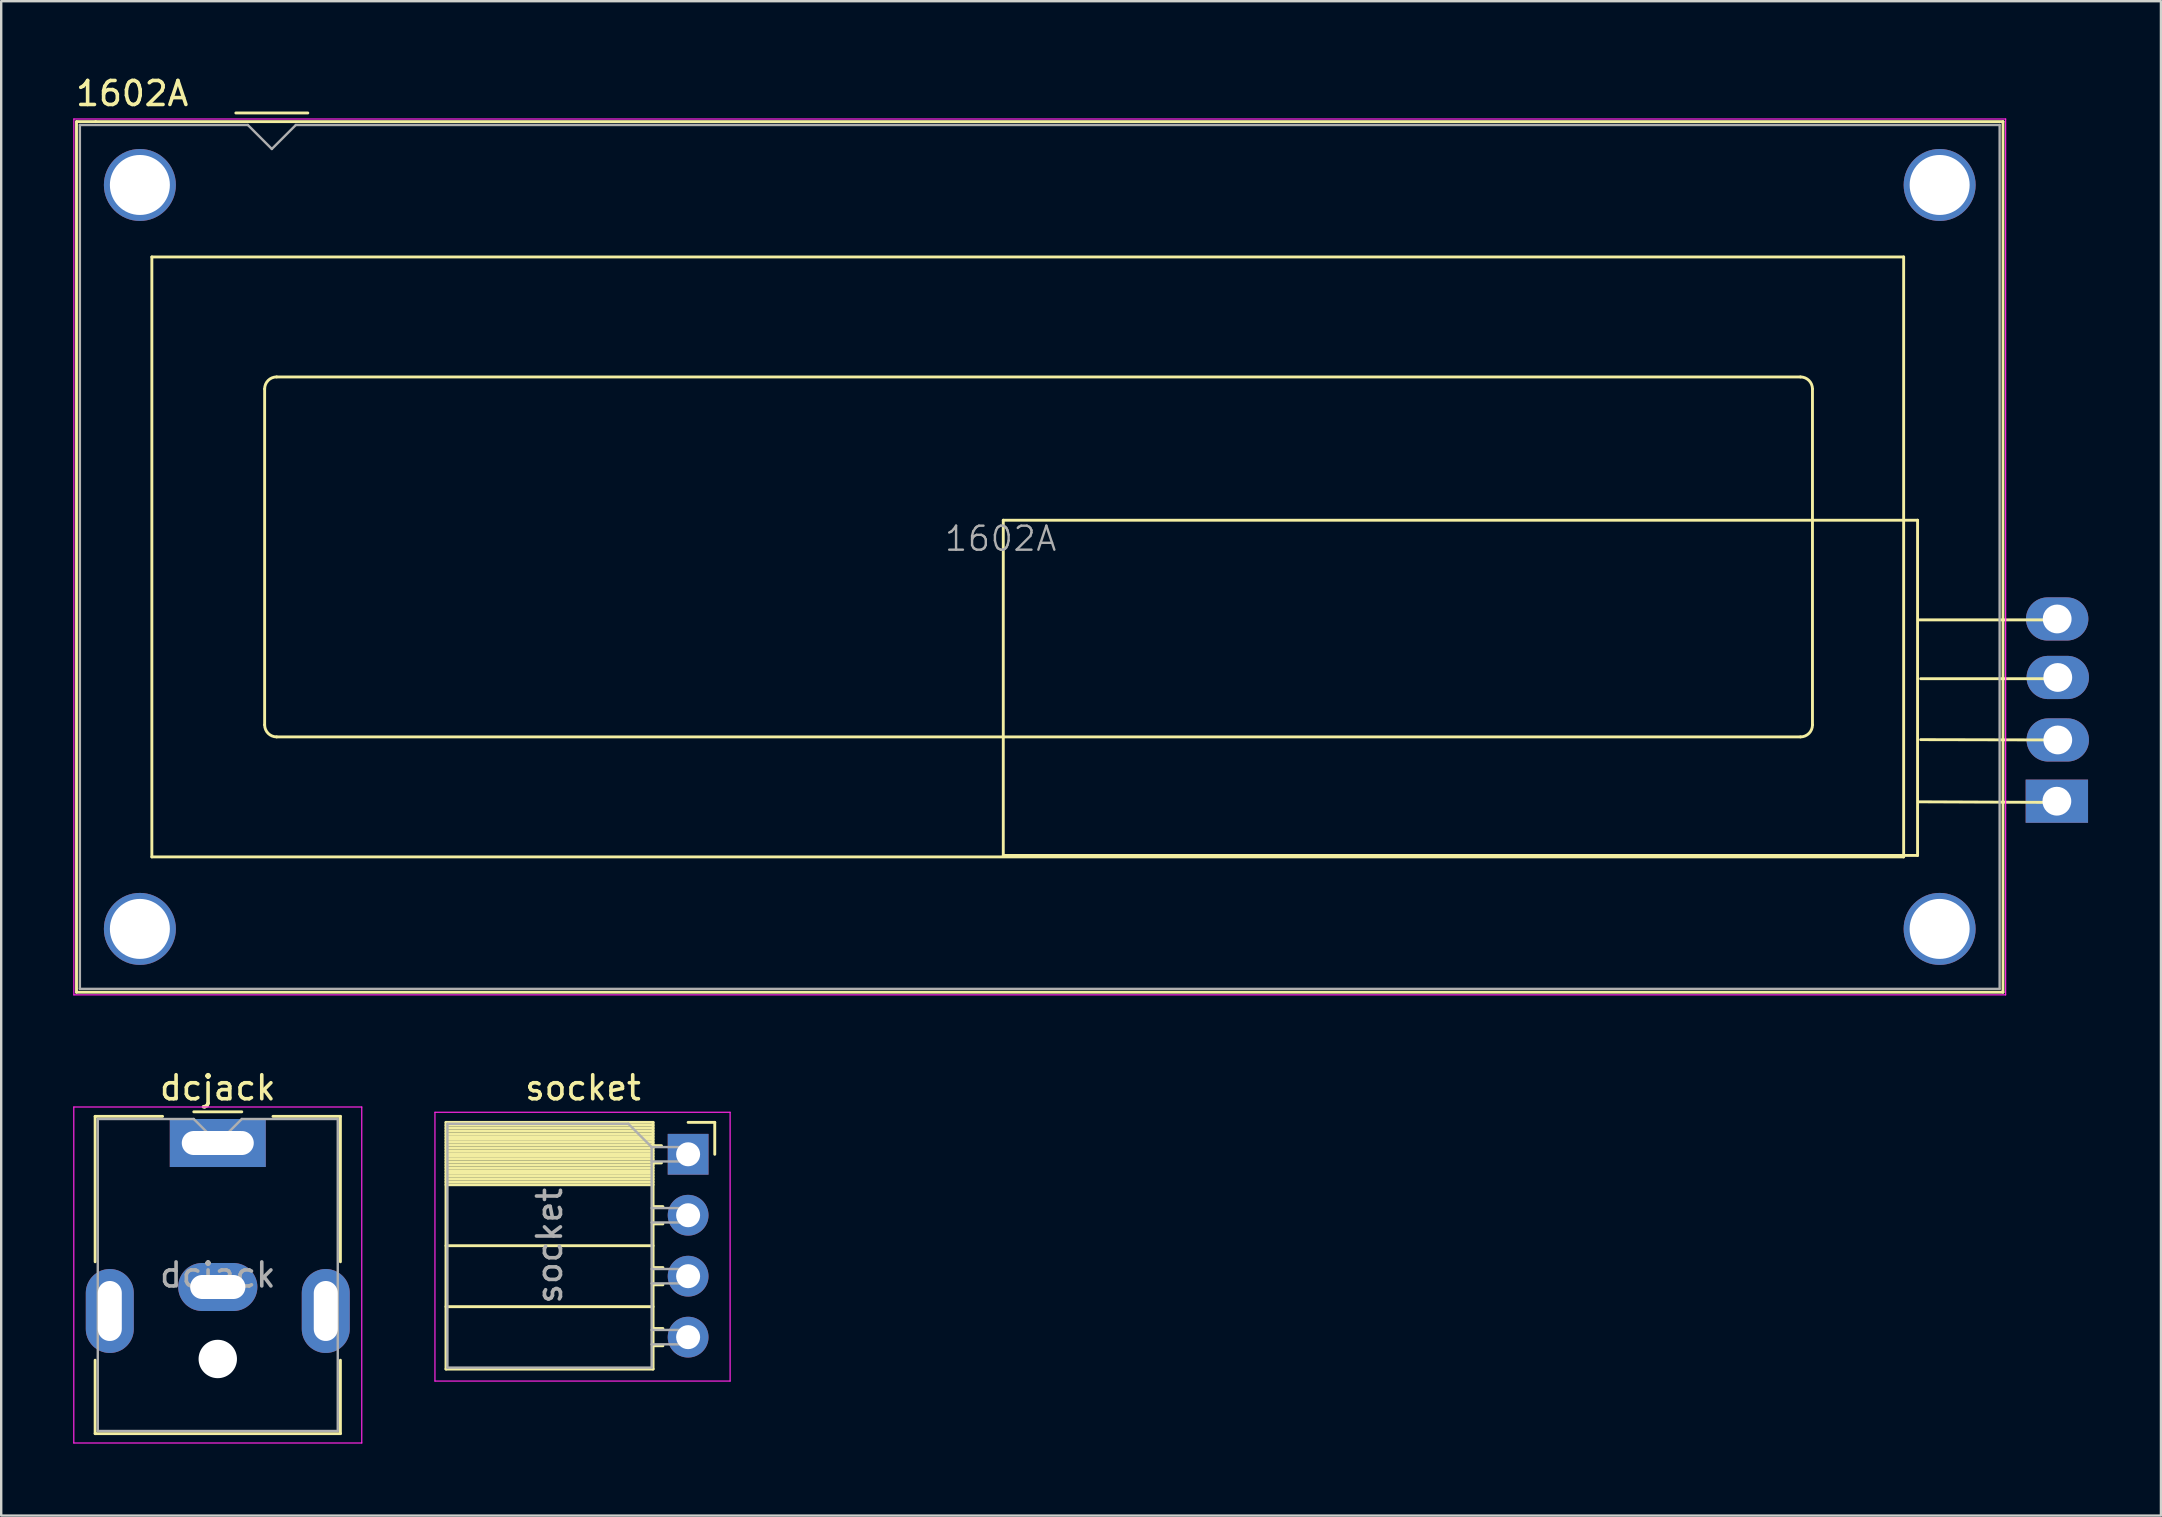
<source format=kicad_pcb>
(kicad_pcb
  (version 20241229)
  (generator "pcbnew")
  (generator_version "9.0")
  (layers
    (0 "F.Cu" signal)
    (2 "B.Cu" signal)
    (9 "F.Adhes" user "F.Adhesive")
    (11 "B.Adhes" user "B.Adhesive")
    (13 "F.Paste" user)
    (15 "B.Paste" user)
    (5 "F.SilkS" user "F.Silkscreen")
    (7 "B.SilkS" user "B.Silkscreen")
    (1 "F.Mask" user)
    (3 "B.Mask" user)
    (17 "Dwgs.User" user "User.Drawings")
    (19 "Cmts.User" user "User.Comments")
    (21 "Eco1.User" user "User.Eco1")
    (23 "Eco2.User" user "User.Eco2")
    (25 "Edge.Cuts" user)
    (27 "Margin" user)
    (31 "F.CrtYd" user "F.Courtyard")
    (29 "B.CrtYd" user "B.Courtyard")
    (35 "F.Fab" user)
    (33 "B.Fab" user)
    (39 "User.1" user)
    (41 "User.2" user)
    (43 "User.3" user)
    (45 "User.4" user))
  (footprint "socket"
    (layer "F.Cu")
    (at 25.625 45.051)
    (property "Reference" "socket" (at -4.38 -2.77 0) (layer "F.SilkS") (effects (font (size 1 1) (thickness 0.15))))
    (attr through_hole)
    (fp_line (start -10.09 -1.33) (end -10.09 8.95) (stroke (width 0.12) (type solid)) (layer "F.SilkS"))
    (fp_line (start -10.09 -1.33) (end -1.46 -1.33) (stroke (width 0.12) (type solid)) (layer "F.SilkS"))
    (fp_line (start -10.09 -1.21) (end -1.46 -1.21) (stroke (width 0.12) (type solid)) (layer "F.SilkS"))
    (fp_line (start -10.09 -1.092) (end -1.46 -1.092) (stroke (width 0.12) (type solid)) (layer "F.SilkS"))
    (fp_line (start -10.09 -0.974) (end -1.46 -0.974) (stroke (width 0.12) (type solid)) (layer "F.SilkS"))
    (fp_line (start -10.09 -0.856) (end -1.46 -0.856) (stroke (width 0.12) (type solid)) (layer "F.SilkS"))
    (fp_line (start -10.09 -0.738) (end -1.46 -0.738) (stroke (width 0.12) (type solid)) (layer "F.SilkS"))
    (fp_line (start -10.09 -0.62) (end -1.46 -0.62) (stroke (width 0.12) (type solid)) (layer "F.SilkS"))
    (fp_line (start -10.09 -0.501) (end -1.46 -0.501) (stroke (width 0.12) (type solid)) (layer "F.SilkS"))
    (fp_line (start -10.09 -0.383) (end -1.46 -0.383) (stroke (width 0.12) (type solid)) (layer "F.SilkS"))
    (fp_line (start -10.09 -0.265) (end -1.46 -0.265) (stroke (width 0.12) (type solid)) (layer "F.SilkS"))
    (fp_line (start -10.09 -0.147) (end -1.46 -0.147) (stroke (width 0.12) (type solid)) (layer "F.SilkS"))
    (fp_line (start -10.09 -0.029) (end -1.46 -0.029) (stroke (width 0.12) (type solid)) (layer "F.SilkS"))
    (fp_line (start -10.09 0.089) (end -1.46 0.089) (stroke (width 0.12) (type solid)) (layer "F.SilkS"))
    (fp_line (start -10.09 0.207) (end -1.46 0.207) (stroke (width 0.12) (type solid)) (layer "F.SilkS"))
    (fp_line (start -10.09 0.325) (end -1.46 0.325) (stroke (width 0.12) (type solid)) (layer "F.SilkS"))
    (fp_line (start -10.09 0.443) (end -1.46 0.443) (stroke (width 0.12) (type solid)) (layer "F.SilkS"))
    (fp_line (start -10.09 0.561) (end -1.46 0.561) (stroke (width 0.12) (type solid)) (layer "F.SilkS"))
    (fp_line (start -10.09 0.68) (end -1.46 0.68) (stroke (width 0.12) (type solid)) (layer "F.SilkS"))
    (fp_line (start -10.09 0.798) (end -1.46 0.798) (stroke (width 0.12) (type solid)) (layer "F.SilkS"))
    (fp_line (start -10.09 0.916) (end -1.46 0.916) (stroke (width 0.12) (type solid)) (layer "F.SilkS"))
    (fp_line (start -10.09 1.034) (end -1.46 1.034) (stroke (width 0.12) (type solid)) (layer "F.SilkS"))
    (fp_line (start -10.09 1.152) (end -1.46 1.152) (stroke (width 0.12) (type solid)) (layer "F.SilkS"))
    (fp_line (start -10.09 1.27) (end -1.46 1.27) (stroke (width 0.12) (type solid)) (layer "F.SilkS"))
    (fp_line (start -10.09 3.81) (end -1.46 3.81) (stroke (width 0.12) (type solid)) (layer "F.SilkS"))
    (fp_line (start -10.09 6.35) (end -1.46 6.35) (stroke (width 0.12) (type solid)) (layer "F.SilkS"))
    (fp_line (start -10.09 8.95) (end -1.46 8.95) (stroke (width 0.12) (type solid)) (layer "F.SilkS"))
    (fp_line (start -1.46 -1.33) (end -1.46 8.95) (stroke (width 0.12) (type solid)) (layer "F.SilkS"))
    (fp_line (start -1.46 -0.36) (end -1.11 -0.36) (stroke (width 0.12) (type solid)) (layer "F.SilkS"))
    (fp_line (start -1.46 0.36) (end -1.11 0.36) (stroke (width 0.12) (type solid)) (layer "F.SilkS"))
    (fp_line (start -1.46 2.18) (end -1.05 2.18) (stroke (width 0.12) (type solid)) (layer "F.SilkS"))
    (fp_line (start -1.46 2.9) (end -1.05 2.9) (stroke (width 0.12) (type solid)) (layer "F.SilkS"))
    (fp_line (start -1.46 4.72) (end -1.05 4.72) (stroke (width 0.12) (type solid)) (layer "F.SilkS"))
    (fp_line (start -1.46 5.44) (end -1.05 5.44) (stroke (width 0.12) (type solid)) (layer "F.SilkS"))
    (fp_line (start -1.46 7.26) (end -1.05 7.26) (stroke (width 0.12) (type solid)) (layer "F.SilkS"))
    (fp_line (start -1.46 7.98) (end -1.05 7.98) (stroke (width 0.12) (type solid)) (layer "F.SilkS"))
    (fp_line (start 0 -1.33) (end 1.11 -1.33) (stroke (width 0.12) (type solid)) (layer "F.SilkS"))
    (fp_line (start 1.11 -1.33) (end 1.11 0) (stroke (width 0.12) (type solid)) (layer "F.SilkS"))
    (fp_line (start -10.55 -1.75) (end -10.55 9.45) (stroke (width 0.05) (type solid)) (layer "F.CrtYd"))
    (fp_line (start -10.55 9.45) (end 1.75 9.45) (stroke (width 0.05) (type solid)) (layer "F.CrtYd"))
    (fp_line (start 1.75 -1.75) (end -10.55 -1.75) (stroke (width 0.05) (type solid)) (layer "F.CrtYd"))
    (fp_line (start 1.75 9.45) (end 1.75 -1.75) (stroke (width 0.05) (type solid)) (layer "F.CrtYd"))
    (fp_line (start -10.03 -1.27) (end -2.49 -1.27) (stroke (width 0.1) (type solid)) (layer "F.Fab"))
    (fp_line (start -10.03 8.89) (end -10.03 -1.27) (stroke (width 0.1) (type solid)) (layer "F.Fab"))
    (fp_line (start -2.49 -1.27) (end -1.52 -0.3) (stroke (width 0.1) (type solid)) (layer "F.Fab"))
    (fp_line (start -1.52 -0.3) (end -1.52 8.89) (stroke (width 0.1) (type solid)) (layer "F.Fab"))
    (fp_line (start -1.52 0.3) (end 0 0.3) (stroke (width 0.1) (type solid)) (layer "F.Fab"))
    (fp_line (start -1.52 2.84) (end 0 2.84) (stroke (width 0.1) (type solid)) (layer "F.Fab"))
    (fp_line (start -1.52 5.38) (end 0 5.38) (stroke (width 0.1) (type solid)) (layer "F.Fab"))
    (fp_line (start -1.52 7.92) (end 0 7.92) (stroke (width 0.1) (type solid)) (layer "F.Fab"))
    (fp_line (start -1.52 8.89) (end -10.03 8.89) (stroke (width 0.1) (type solid)) (layer "F.Fab"))
    (fp_line (start 0 -0.3) (end -1.52 -0.3) (stroke (width 0.1) (type solid)) (layer "F.Fab"))
    (fp_line (start 0 0.3) (end 0 -0.3) (stroke (width 0.1) (type solid)) (layer "F.Fab"))
    (fp_line (start 0 2.24) (end -1.52 2.24) (stroke (width 0.1) (type solid)) (layer "F.Fab"))
    (fp_line (start 0 2.84) (end 0 2.24) (stroke (width 0.1) (type solid)) (layer "F.Fab"))
    (fp_line (start 0 4.78) (end -1.52 4.78) (stroke (width 0.1) (type solid)) (layer "F.Fab"))
    (fp_line (start 0 5.38) (end 0 4.78) (stroke (width 0.1) (type solid)) (layer "F.Fab"))
    (fp_line (start 0 7.32) (end -1.52 7.32) (stroke (width 0.1) (type solid)) (layer "F.Fab"))
    (fp_line (start 0 7.92) (end 0 7.32) (stroke (width 0.1) (type solid)) (layer "F.Fab"))
    (fp_text user "${REFERENCE}" (at -5.775 3.81 90) (layer "F.Fab") (effects (font (size 1 1) (thickness 0.15))))
    (pad "1" thru_hole rect (at 0 0) (size 1.7 1.7) (drill 1) (layers "*.Cu" "*.Mask"))
    (pad "2" thru_hole oval (at 0 2.54) (size 1.7 1.7) (drill 1) (layers "*.Cu" "*.Mask"))
    (pad "3" thru_hole oval (at 0 5.08) (size 1.7 1.7) (drill 1) (layers "*.Cu" "*.Mask"))
    (pad "4" thru_hole oval (at 0 7.62) (size 1.7 1.7) (drill 1) (layers "*.Cu" "*.Mask")))
  (footprint "1602A"
    (layer "F.Cu")
    (at 8.278 4.658)
    (property "Reference" "1602A" (at -5.82 -3.81 0) (layer "F.SilkS") (effects (font (size 1 1) (thickness 0.15))))
    (attr through_hole)
    (fp_line (start -8.14 -2.64) (end -8.14 33.64) (stroke (width 0.12) (type solid)) (layer "F.SilkS"))
    (fp_line (start -8.14 33.64) (end 72.14 33.64) (stroke (width 0.12) (type solid)) (layer "F.SilkS"))
    (fp_line (start -8.13 -2.64) (end -7.34 -2.64) (stroke (width 0.12) (type solid)) (layer "F.SilkS"))
    (fp_line (start -5 3) (end 68 3) (stroke (width 0.12) (type solid)) (layer "F.SilkS"))
    (fp_line (start -5 28) (end -5 3) (stroke (width 0.12) (type solid)) (layer "F.SilkS"))
    (fp_line (start -1.5 -3) (end 1.5 -3) (stroke (width 0.12) (type solid)) (layer "F.SilkS"))
    (fp_line (start -0.3 22.499) (end -0.3 8.5) (stroke (width 0.12) (type solid)) (layer "F.SilkS"))
    (fp_line (start 0.2 8) (end 63.7 8) (stroke (width 0.12) (type solid)) (layer "F.SilkS"))
    (fp_line (start 30.48 13.97) (end 68.58 13.97) (stroke (width 0.12) (type solid)) (layer "F.SilkS"))
    (fp_line (start 30.48 27.94) (end 30.48 13.97) (stroke (width 0.12) (type solid)) (layer "F.SilkS"))
    (fp_line (start 63.701 23) (end 0.2 23) (stroke (width 0.12) (type solid)) (layer "F.SilkS"))
    (fp_line (start 64.2 8.5) (end 64.2 22.5) (stroke (width 0.12) (type solid)) (layer "F.SilkS"))
    (fp_line (start 68 3) (end 68 28) (stroke (width 0.12) (type solid)) (layer "F.SilkS"))
    (fp_line (start 68 28) (end -5 28) (stroke (width 0.12) (type solid)) (layer "F.SilkS"))
    (fp_line (start 68.58 13.97) (end 68.58 27.94) (stroke (width 0.12) (type solid)) (layer "F.SilkS"))
    (fp_line (start 68.58 27.94) (end 30.48 27.94) (stroke (width 0.12) (type solid)) (layer "F.SilkS"))
    (fp_line (start 72.14 -2.64) (end -7.34 -2.64) (stroke (width 0.12) (type solid)) (layer "F.SilkS"))
    (fp_line (start 72.14 33.64) (end 72.14 -2.64) (stroke (width 0.12) (type solid)) (layer "F.SilkS"))
    (fp_line (start 74.397 18.123) (end 68.656 18.123) (stroke (width 0.12) (type solid)) (layer "F.SilkS"))
    (fp_line (start 74.422 25.73) (end 68.644 25.705) (stroke (width 0.12) (type solid)) (layer "F.SilkS"))
    (fp_line (start 74.473 23.127) (end 68.707 23.114) (stroke (width 0.12) (type solid)) (layer "F.SilkS"))
    (fp_line (start 74.486 20.574) (end 68.707 20.574) (stroke (width 0.12) (type solid)) (layer "F.SilkS"))
    (fp_arc (start -0.29972 8.49884) (mid -0.153162 8.145018) (end 0.20066 7.99846) (stroke (width 0.12) (type solid)) (layer "F.SilkS"))
    (fp_arc (start 0.20066 22.9997) (mid -0.153162 22.853142) (end -0.29972 22.49932) (stroke (width 0.12) (type solid)) (layer "F.SilkS"))
    (fp_arc (start 63.7 8) (mid 64.053553 8.146447) (end 64.2 8.5) (stroke (width 0.12) (type solid)) (layer "F.SilkS"))
    (fp_arc (start 64.20104 22.49932) (mid 64.054482 22.853142) (end 63.70066 22.9997) (stroke (width 0.12) (type solid)) (layer "F.SilkS"))
    (fp_line (start -8.25 -2.75) (end -8.25 33.75) (stroke (width 0.05) (type solid)) (layer "F.CrtYd"))
    (fp_line (start -8.25 -2.75) (end 72.25 -2.75) (stroke (width 0.05) (type solid)) (layer "F.CrtYd"))
    (fp_line (start -8.25 33.75) (end 72.25 33.75) (stroke (width 0.05) (type solid)) (layer "F.CrtYd"))
    (fp_line (start 72.25 -2.75) (end 72.25 33.75) (stroke (width 0.05) (type solid)) (layer "F.CrtYd"))
    (fp_line (start -8 33.5) (end -8 -2.5) (stroke (width 0.1) (type solid)) (layer "F.Fab"))
    (fp_line (start -1 -2.5) (end -8 -2.5) (stroke (width 0.1) (type solid)) (layer "F.Fab"))
    (fp_line (start 0 -1.5) (end -1 -2.5) (stroke (width 0.1) (type solid)) (layer "F.Fab"))
    (fp_line (start 1 -2.5) (end 0 -1.5) (stroke (width 0.1) (type solid)) (layer "F.Fab"))
    (fp_line (start 1 -2.5) (end 72 -2.5) (stroke (width 0.1) (type solid)) (layer "F.Fab"))
    (fp_line (start 72 -2.5) (end 72 33.5) (stroke (width 0.1) (type solid)) (layer "F.Fab"))
    (fp_line (start 72 33.5) (end -8 33.5) (stroke (width 0.1) (type solid)) (layer "F.Fab"))
    (fp_text user "${REFERENCE}" (at 30.37 14.74 0) (layer "F.Fab") (effects (font (size 1 1) (thickness 0.1))))
    (pad "" thru_hole circle (at -5.499 0) (size 3 3) (drill 2.5) (layers "*.Cu" "*.Mask"))
    (pad "" thru_hole circle (at -5.499 31.001) (size 3 3) (drill 2.5) (layers "*.Cu" "*.Mask"))
    (pad "" thru_hole circle (at 69.499 31.001) (size 3 3) (drill 2.5) (layers "*.Cu" "*.Mask"))
    (pad "" thru_hole circle (at 69.5 0) (size 3 3) (drill 2.5) (layers "*.Cu" "*.Mask"))
    (pad "1" thru_hole oval (at 74.397 18.085 90) (size 1.8 2.6) (drill 1.2) (layers "*.Cu" "*.Mask"))
    (pad "2" thru_hole oval (at 74.422 20.523 90) (size 1.8 2.6) (drill 1.2) (layers "*.Cu" "*.Mask"))
    (pad "3" thru_hole oval (at 74.422 23.127 90) (size 1.8 2.6) (drill 1.2) (layers "*.Cu" "*.Mask"))
    (pad "4" thru_hole rect (at 74.384 25.679 90) (size 1.8 2.6) (drill 1.2) (layers "*.Cu" "*.Mask")))
  (footprint "dcjack"
    (layer "F.Cu")
    (at 6.025 44.581)
    (property "Reference" "dcjack" (at 0 -2.3 0) (layer "F.SilkS") (effects (font (size 1 1) (thickness 0.15))))
    (attr through_hole)
    (fp_line (start -5.11 -1.11) (end -2.3 -1.11) (stroke (width 0.12) (type solid)) (layer "F.SilkS"))
    (fp_line (start -5.11 4.95) (end -5.11 -1.11) (stroke (width 0.12) (type solid)) (layer "F.SilkS"))
    (fp_line (start -5.11 12.11) (end -5.11 9.05) (stroke (width 0.12) (type solid)) (layer "F.SilkS"))
    (fp_line (start -1 -1.3) (end 1 -1.3) (stroke (width 0.12) (type solid)) (layer "F.SilkS"))
    (fp_line (start 2.3 -1.11) (end 5.11 -1.11) (stroke (width 0.12) (type solid)) (layer "F.SilkS"))
    (fp_line (start 5.11 -1.11) (end 5.11 4.95) (stroke (width 0.12) (type solid)) (layer "F.SilkS"))
    (fp_line (start 5.11 9.05) (end 5.11 12.11) (stroke (width 0.12) (type solid)) (layer "F.SilkS"))
    (fp_line (start 5.11 12.11) (end -5.11 12.11) (stroke (width 0.12) (type solid)) (layer "F.SilkS"))
    (fp_line (start -6 -1.5) (end -6 12.5) (stroke (width 0.05) (type solid)) (layer "F.CrtYd"))
    (fp_line (start -6 12.5) (end 6 12.5) (stroke (width 0.05) (type solid)) (layer "F.CrtYd"))
    (fp_line (start 6 -1.5) (end -6 -1.5) (stroke (width 0.05) (type solid)) (layer "F.CrtYd"))
    (fp_line (start 6 12.5) (end 6 -1.5) (stroke (width 0.05) (type solid)) (layer "F.CrtYd"))
    (fp_line (start -5 -1) (end -1 -1) (stroke (width 0.1) (type solid)) (layer "F.Fab"))
    (fp_line (start -5 12) (end -5 -1) (stroke (width 0.1) (type solid)) (layer "F.Fab"))
    (fp_line (start -1 -1) (end 0 0) (stroke (width 0.1) (type solid)) (layer "F.Fab"))
    (fp_line (start 0 0) (end 1 -1) (stroke (width 0.1) (type solid)) (layer "F.Fab"))
    (fp_line (start 1 -1) (end 5 -1) (stroke (width 0.1) (type solid)) (layer "F.Fab"))
    (fp_line (start 5 -1) (end 5 12) (stroke (width 0.1) (type solid)) (layer "F.Fab"))
    (fp_line (start 5 12) (end -5 12) (stroke (width 0.1) (type solid)) (layer "F.Fab"))
    (fp_text user "${REFERENCE}" (at 0 5.5 0) (layer "F.Fab") (effects (font (size 1 1) (thickness 0.15))))
    (pad "" np_thru_hole circle (at 0 9) (size 1.6 1.6) (drill 1.6) (layers "*.Cu" "*.Mask"))
    (pad "1" thru_hole rect (at 0 0) (size 4 2) (drill oval 3 1) (layers "*.Cu" "*.Mask"))
    (pad "2" thru_hole oval (at 0 6) (size 3.3 2) (drill oval 2.3 1) (layers "*.Cu" "*.Mask"))
    (pad "MP" thru_hole oval (at -4.5 7) (size 2 3.5) (drill oval 1 2.5) (layers "*.Cu" "*.Mask"))
    (pad "MP" thru_hole oval (at 4.5 7) (size 2 3.5) (drill oval 1 2.5) (layers "*.Cu" "*.Mask")))
  (gr_rect
    (start -3 -3)
    (end 87 60.106)
    (stroke (width 0.1) (type default))
    (fill no)
    (layer "Edge.Cuts")))
</source>
